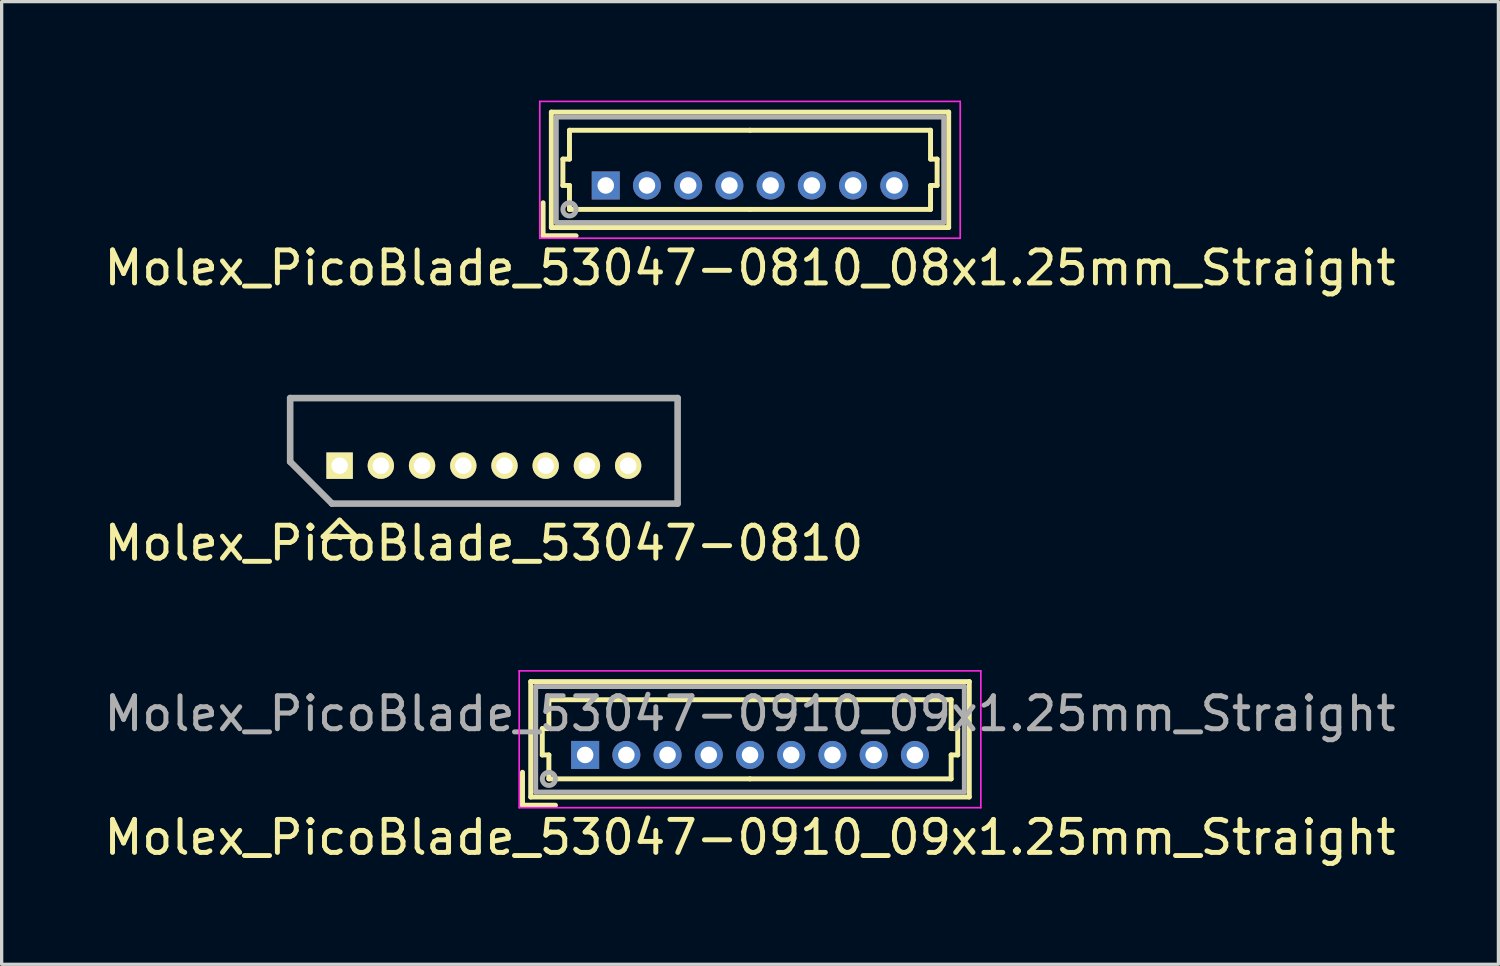
<source format=kicad_pcb>
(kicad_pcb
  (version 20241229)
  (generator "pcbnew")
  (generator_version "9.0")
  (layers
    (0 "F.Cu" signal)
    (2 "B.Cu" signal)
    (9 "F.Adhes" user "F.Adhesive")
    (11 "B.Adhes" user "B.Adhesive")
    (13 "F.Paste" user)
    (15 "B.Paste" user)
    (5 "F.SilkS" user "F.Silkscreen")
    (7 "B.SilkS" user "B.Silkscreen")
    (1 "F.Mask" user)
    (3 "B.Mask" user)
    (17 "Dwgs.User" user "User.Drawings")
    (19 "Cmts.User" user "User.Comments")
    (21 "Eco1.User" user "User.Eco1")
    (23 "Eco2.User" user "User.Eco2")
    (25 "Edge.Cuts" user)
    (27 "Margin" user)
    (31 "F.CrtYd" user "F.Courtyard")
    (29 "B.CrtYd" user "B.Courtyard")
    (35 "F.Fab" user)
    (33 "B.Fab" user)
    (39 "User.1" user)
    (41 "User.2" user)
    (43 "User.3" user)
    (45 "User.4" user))
  (footprint "Molex_PicoBlade_53047-0810_08x1.25mm_Straight"
    (layer "F.Cu")
    (at 15.321 2.575)
    (property "Reference" "Molex_PicoBlade_53047-0810_08x1.25mm_Straight" (at 4.375 2.5 0) (layer "F.SilkS") (effects (font (size 1 1) (thickness 0.15))))
    (attr through_hole)
    (fp_line (start -1.9 1.525) (end -1.9 0.525) (stroke (width 0.15) (type solid)) (layer "F.SilkS"))
    (fp_line (start -1.9 1.525) (end -0.9 1.525) (stroke (width 0.15) (type solid)) (layer "F.SilkS"))
    (fp_line (start -1.65 -2.225) (end -1.65 1.275) (stroke (width 0.15) (type solid)) (layer "F.SilkS"))
    (fp_line (start -1.65 1.275) (end 10.4 1.275) (stroke (width 0.15) (type solid)) (layer "F.SilkS"))
    (fp_line (start -1.3 -0.8) (end -1.1 -0.8) (stroke (width 0.15) (type solid)) (layer "F.SilkS"))
    (fp_line (start -1.3 0) (end -1.3 -0.8) (stroke (width 0.15) (type solid)) (layer "F.SilkS"))
    (fp_line (start -1.1 -1.675) (end 4.375 -1.675) (stroke (width 0.15) (type solid)) (layer "F.SilkS"))
    (fp_line (start -1.1 -0.8) (end -1.1 -1.675) (stroke (width 0.15) (type solid)) (layer "F.SilkS"))
    (fp_line (start -1.1 0) (end -1.3 0) (stroke (width 0.15) (type solid)) (layer "F.SilkS"))
    (fp_line (start -1.1 0.725) (end -1.1 0) (stroke (width 0.15) (type solid)) (layer "F.SilkS"))
    (fp_line (start 4.375 0.725) (end -1.1 0.725) (stroke (width 0.15) (type solid)) (layer "F.SilkS"))
    (fp_line (start 4.375 0.725) (end 9.85 0.725) (stroke (width 0.15) (type solid)) (layer "F.SilkS"))
    (fp_line (start 9.85 -1.675) (end 4.375 -1.675) (stroke (width 0.15) (type solid)) (layer "F.SilkS"))
    (fp_line (start 9.85 -0.8) (end 9.85 -1.675) (stroke (width 0.15) (type solid)) (layer "F.SilkS"))
    (fp_line (start 9.85 0) (end 10.05 0) (stroke (width 0.15) (type solid)) (layer "F.SilkS"))
    (fp_line (start 9.85 0.725) (end 9.85 0) (stroke (width 0.15) (type solid)) (layer "F.SilkS"))
    (fp_line (start 10.05 -0.8) (end 9.85 -0.8) (stroke (width 0.15) (type solid)) (layer "F.SilkS"))
    (fp_line (start 10.05 0) (end 10.05 -0.8) (stroke (width 0.15) (type solid)) (layer "F.SilkS"))
    (fp_line (start 10.4 -2.225) (end -1.65 -2.225) (stroke (width 0.15) (type solid)) (layer "F.SilkS"))
    (fp_line (start 10.4 1.275) (end 10.4 -2.225) (stroke (width 0.15) (type solid)) (layer "F.SilkS"))
    (fp_line (start -2 -2.55) (end -2 1.6) (stroke (width 0.05) (type solid)) (layer "F.CrtYd"))
    (fp_line (start -2 1.6) (end 10.75 1.6) (stroke (width 0.05) (type solid)) (layer "F.CrtYd"))
    (fp_line (start 10.75 -2.55) (end -2 -2.55) (stroke (width 0.05) (type solid)) (layer "F.CrtYd"))
    (fp_line (start 10.75 1.6) (end 10.75 -2.55) (stroke (width 0.05) (type solid)) (layer "F.CrtYd"))
    (fp_line (start -1.5 -2.075) (end -1.5 1.125) (stroke (width 0.15) (type solid)) (layer "F.Fab"))
    (fp_line (start -1.5 1.125) (end 10.25 1.125) (stroke (width 0.15) (type solid)) (layer "F.Fab"))
    (fp_line (start 10.25 -2.075) (end -1.5 -2.075) (stroke (width 0.15) (type solid)) (layer "F.Fab"))
    (fp_line (start 10.25 1.125) (end 10.25 -2.075) (stroke (width 0.15) (type solid)) (layer "F.Fab"))
    (fp_circle (center -1.1 0.725) (end -0.9 0.725) (stroke (width 0.15) (type solid)) (fill no) (layer "F.Fab"))
    (pad "1" thru_hole rect (at 0 0) (size 0.85 0.85) (drill 0.5) (layers "*.Cu" "*.Mask"))
    (pad "2" thru_hole circle (at 1.25 0) (size 0.85 0.85) (drill 0.5) (layers "*.Cu" "*.Mask"))
    (pad "3" thru_hole circle (at 2.5 0) (size 0.85 0.85) (drill 0.5) (layers "*.Cu" "*.Mask"))
    (pad "4" thru_hole circle (at 3.75 0) (size 0.85 0.85) (drill 0.5) (layers "*.Cu" "*.Mask"))
    (pad "5" thru_hole circle (at 5 0) (size 0.85 0.85) (drill 0.5) (layers "*.Cu" "*.Mask"))
    (pad "6" thru_hole circle (at 6.25 0) (size 0.85 0.85) (drill 0.5) (layers "*.Cu" "*.Mask"))
    (pad "7" thru_hole circle (at 7.5 0) (size 0.85 0.85) (drill 0.5) (layers "*.Cu" "*.Mask"))
    (pad "8" thru_hole circle (at 8.75 0) (size 0.85 0.85) (drill 0.5) (layers "*.Cu" "*.Mask")))
  (footprint "Molex_PicoBlade_53047-0810"
    (layer "F.Cu")
    (at 7.25 11.073)
    (property "Reference" "Molex_PicoBlade_53047-0810" (at 4.375 2.35 0) (layer "F.SilkS") (effects (font (size 1 1) (thickness 0.15))))
    (attr through_hole)
    (fp_line (start -1.5 -2.05) (end 10.25 -2.05) (stroke (width 0.15) (type solid)) (layer "F.SilkS"))
    (fp_line (start -1.5 -0.12) (end -1.5 -2.05) (stroke (width 0.15) (type solid)) (layer "F.SilkS"))
    (fp_line (start -0.5 2.15) (end 0 1.65) (stroke (width 0.15) (type solid)) (layer "F.SilkS"))
    (fp_line (start 0 1.65) (end 0.5 2.15) (stroke (width 0.15) (type solid)) (layer "F.SilkS"))
    (fp_line (start 0.5 2.15) (end -0.5 2.15) (stroke (width 0.15) (type solid)) (layer "F.SilkS"))
    (fp_line (start 10.25 -2.05) (end 10.25 1.15) (stroke (width 0.15) (type solid)) (layer "F.SilkS"))
    (fp_line (start 10.25 1.15) (end -0.23 1.15) (stroke (width 0.15) (type solid)) (layer "F.SilkS"))
    (fp_line (start -1.5 -2.05) (end 10.25 -2.05) (stroke (width 0.2) (type solid)) (layer "F.Fab"))
    (fp_line (start -1.5 -0.12) (end -1.5 -2.05) (stroke (width 0.2) (type solid)) (layer "F.Fab"))
    (fp_line (start -0.23 1.15) (end -1.5 -0.12) (stroke (width 0.2) (type solid)) (layer "F.Fab"))
    (fp_line (start 10.25 -2.05) (end 10.25 1.15) (stroke (width 0.2) (type solid)) (layer "F.Fab"))
    (fp_line (start 10.25 1.15) (end -0.23 1.15) (stroke (width 0.2) (type solid)) (layer "F.Fab"))
    (pad "1" thru_hole rect (at 0 0) (size 0.8 0.8) (drill 0.5) (layers "*.Cu" "*.Mask" "F.SilkS"))
    (pad "2" thru_hole oval (at 1.25 0) (size 0.8 0.8) (drill 0.5) (layers "*.Cu" "*.Mask" "F.SilkS"))
    (pad "3" thru_hole oval (at 2.5 0) (size 0.8 0.8) (drill 0.5) (layers "*.Cu" "*.Mask" "F.SilkS"))
    (pad "4" thru_hole oval (at 3.75 0) (size 0.8 0.8) (drill 0.5) (layers "*.Cu" "*.Mask" "F.SilkS"))
    (pad "5" thru_hole oval (at 5 0) (size 0.8 0.8) (drill 0.5) (layers "*.Cu" "*.Mask" "F.SilkS"))
    (pad "6" thru_hole oval (at 6.25 0) (size 0.8 0.8) (drill 0.5) (layers "*.Cu" "*.Mask" "F.SilkS"))
    (pad "7" thru_hole oval (at 7.5 0) (size 0.8 0.8) (drill 0.5) (layers "*.Cu" "*.Mask" "F.SilkS"))
    (pad "8" thru_hole oval (at 8.75 0) (size 0.8 0.8) (drill 0.5) (layers "*.Cu" "*.Mask" "F.SilkS")))
  (footprint "Molex_PicoBlade_53047-0910_09x1.25mm_Straight"
    (layer "F.Cu")
    (at 14.696 19.846)
    (property "Reference" "Molex_PicoBlade_53047-0910_09x1.25mm_Straight" (at 5 2.5 0) (layer "F.SilkS") (effects (font (size 1 1) (thickness 0.15))))
    (attr through_hole)
    (fp_line (start -1.9 1.525) (end -1.9 0.525) (stroke (width 0.15) (type solid)) (layer "F.SilkS"))
    (fp_line (start -1.9 1.525) (end -0.9 1.525) (stroke (width 0.15) (type solid)) (layer "F.SilkS"))
    (fp_line (start -1.65 -2.225) (end -1.65 1.275) (stroke (width 0.15) (type solid)) (layer "F.SilkS"))
    (fp_line (start -1.65 1.275) (end 11.65 1.275) (stroke (width 0.15) (type solid)) (layer "F.SilkS"))
    (fp_line (start -1.3 -0.8) (end -1.1 -0.8) (stroke (width 0.15) (type solid)) (layer "F.SilkS"))
    (fp_line (start -1.3 0) (end -1.3 -0.8) (stroke (width 0.15) (type solid)) (layer "F.SilkS"))
    (fp_line (start -1.1 -1.675) (end 5 -1.675) (stroke (width 0.15) (type solid)) (layer "F.SilkS"))
    (fp_line (start -1.1 -0.8) (end -1.1 -1.675) (stroke (width 0.15) (type solid)) (layer "F.SilkS"))
    (fp_line (start -1.1 0) (end -1.3 0) (stroke (width 0.15) (type solid)) (layer "F.SilkS"))
    (fp_line (start -1.1 0.725) (end -1.1 0) (stroke (width 0.15) (type solid)) (layer "F.SilkS"))
    (fp_line (start 5 0.725) (end -1.1 0.725) (stroke (width 0.15) (type solid)) (layer "F.SilkS"))
    (fp_line (start 5 0.725) (end 11.1 0.725) (stroke (width 0.15) (type solid)) (layer "F.SilkS"))
    (fp_line (start 11.1 -1.675) (end 5 -1.675) (stroke (width 0.15) (type solid)) (layer "F.SilkS"))
    (fp_line (start 11.1 -0.8) (end 11.1 -1.675) (stroke (width 0.15) (type solid)) (layer "F.SilkS"))
    (fp_line (start 11.1 0) (end 11.3 0) (stroke (width 0.15) (type solid)) (layer "F.SilkS"))
    (fp_line (start 11.1 0.725) (end 11.1 0) (stroke (width 0.15) (type solid)) (layer "F.SilkS"))
    (fp_line (start 11.3 -0.8) (end 11.1 -0.8) (stroke (width 0.15) (type solid)) (layer "F.SilkS"))
    (fp_line (start 11.3 0) (end 11.3 -0.8) (stroke (width 0.15) (type solid)) (layer "F.SilkS"))
    (fp_line (start 11.65 -2.225) (end -1.65 -2.225) (stroke (width 0.15) (type solid)) (layer "F.SilkS"))
    (fp_line (start 11.65 1.275) (end 11.65 -2.225) (stroke (width 0.15) (type solid)) (layer "F.SilkS"))
    (fp_line (start -2 -2.55) (end -2 1.6) (stroke (width 0.05) (type solid)) (layer "F.CrtYd"))
    (fp_line (start -2 1.6) (end 12 1.6) (stroke (width 0.05) (type solid)) (layer "F.CrtYd"))
    (fp_line (start 12 -2.55) (end -2 -2.55) (stroke (width 0.05) (type solid)) (layer "F.CrtYd"))
    (fp_line (start 12 1.6) (end 12 -2.55) (stroke (width 0.05) (type solid)) (layer "F.CrtYd"))
    (fp_line (start -1.5 -2.075) (end -1.5 1.125) (stroke (width 0.15) (type solid)) (layer "F.Fab"))
    (fp_line (start -1.5 1.125) (end 11.5 1.125) (stroke (width 0.15) (type solid)) (layer "F.Fab"))
    (fp_line (start 11.5 -2.075) (end -1.5 -2.075) (stroke (width 0.15) (type solid)) (layer "F.Fab"))
    (fp_line (start 11.5 1.125) (end 11.5 -2.075) (stroke (width 0.15) (type solid)) (layer "F.Fab"))
    (fp_circle (center -1.1 0.725) (end -0.9 0.725) (stroke (width 0.15) (type solid)) (fill no) (layer "F.Fab"))
    (fp_text user "${REFERENCE}" (at 5 -1.25 0) (layer "F.Fab") (effects (font (size 1 1) (thickness 0.15))))
    (pad "1" thru_hole rect (at 0 0) (size 0.85 0.85) (drill 0.5) (layers "*.Cu" "*.Mask"))
    (pad "2" thru_hole circle (at 1.25 0) (size 0.85 0.85) (drill 0.5) (layers "*.Cu" "*.Mask"))
    (pad "3" thru_hole circle (at 2.5 0) (size 0.85 0.85) (drill 0.5) (layers "*.Cu" "*.Mask"))
    (pad "4" thru_hole circle (at 3.75 0) (size 0.85 0.85) (drill 0.5) (layers "*.Cu" "*.Mask"))
    (pad "5" thru_hole circle (at 5 0) (size 0.85 0.85) (drill 0.5) (layers "*.Cu" "*.Mask"))
    (pad "6" thru_hole circle (at 6.25 0) (size 0.85 0.85) (drill 0.5) (layers "*.Cu" "*.Mask"))
    (pad "7" thru_hole circle (at 7.5 0) (size 0.85 0.85) (drill 0.5) (layers "*.Cu" "*.Mask"))
    (pad "8" thru_hole circle (at 8.75 0) (size 0.85 0.85) (drill 0.5) (layers "*.Cu" "*.Mask"))
    (pad "9" thru_hole circle (at 10 0) (size 0.85 0.85) (drill 0.5) (layers "*.Cu" "*.Mask")))
  (gr_rect
    (start -3 -3)
    (end 42.393 26.195)
    (stroke (width 0.1) (type default))
    (fill no)
    (layer "Edge.Cuts")))
</source>
